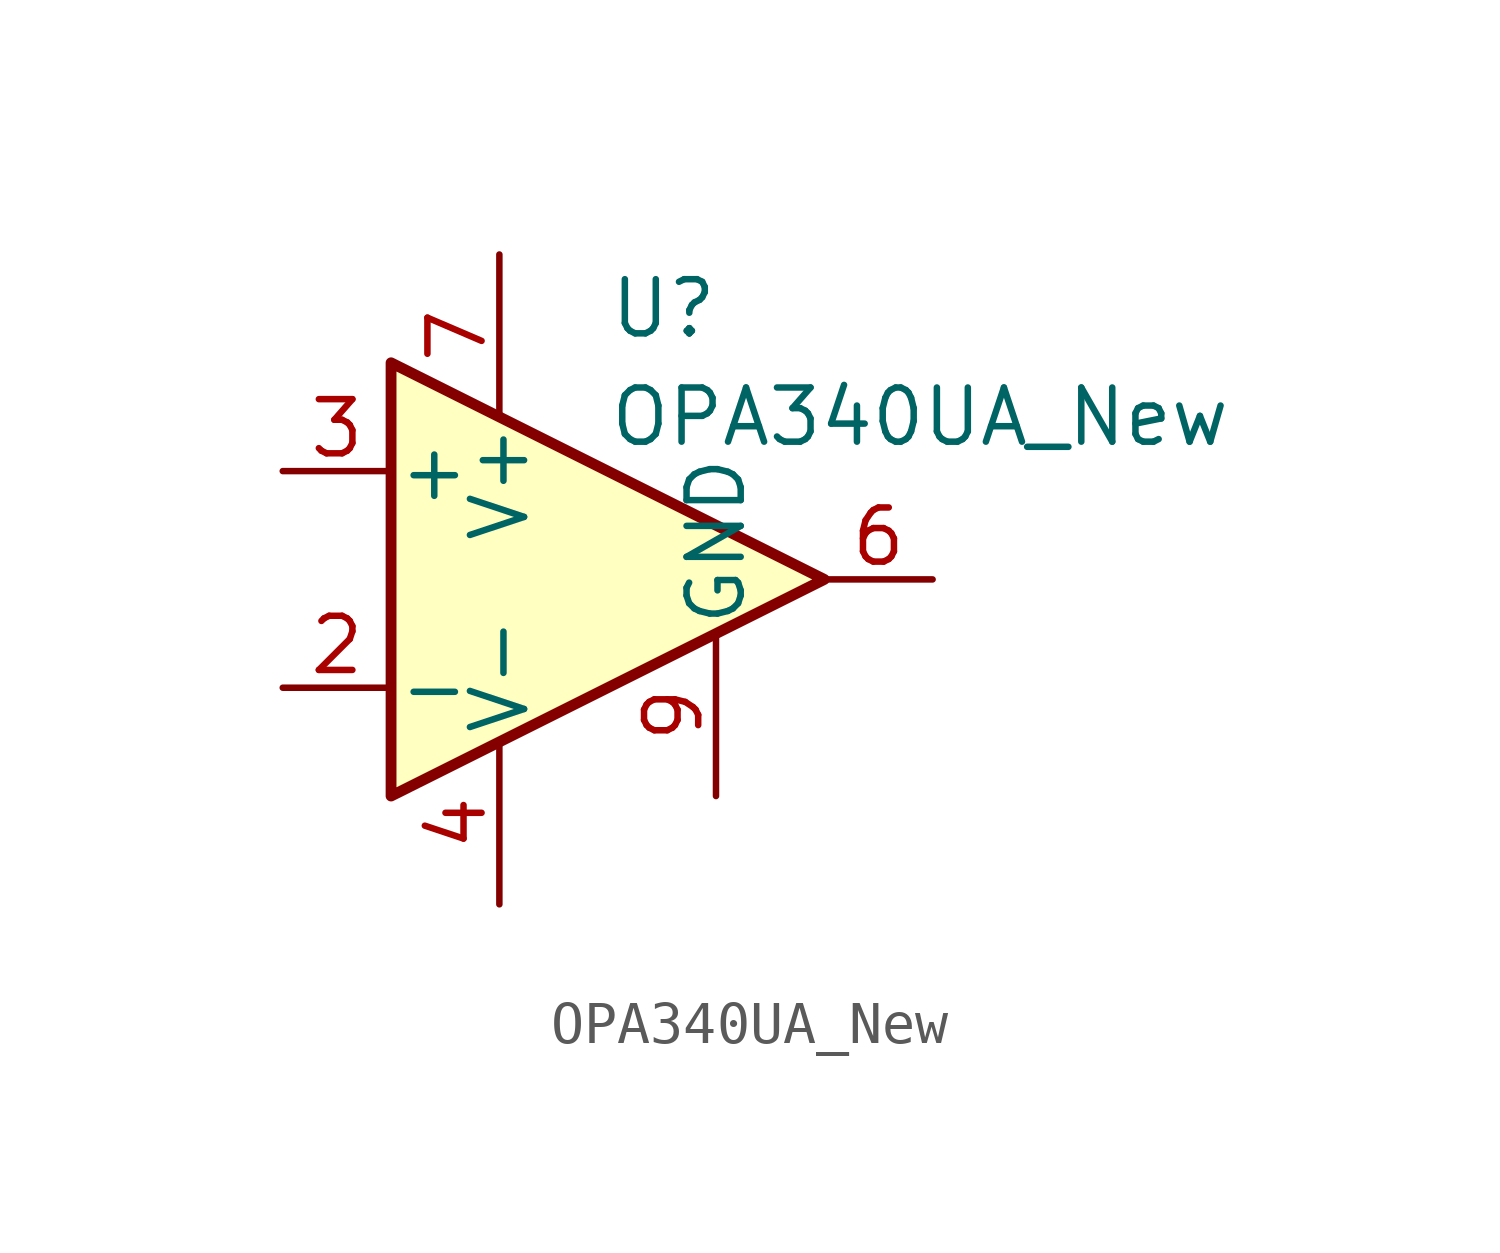
<source format=kicad_sym>
(kicad_symbol_lib
  (version 20211014)
  (generator kicad_symbol_editor)
  (symbol "OPA340UA_New"
    (pin_names
      (offset 0.127))
    (property "Reference" "U"
      (at 0 6.35 0)
      (effects (font (size 1.27 1.27)) (justify left)))
    (property "Value" "OPA340UA_New"
      (at 0 3.81 0)
      (effects (font (size 1.27 1.27)) (justify left)))
    (symbol "OPA340UA_New_0_1"
      (polyline (pts (xy -5.08 5.08) (xy 5.08 0) (xy -5.08 -5.08) (xy -5.08 5.08)) (stroke (width 0.254) (type default) (color 0 0 0 0)) (fill (type background))))
    (symbol "OPA340UA_New_1_1"
      (pin no_connect line (at -2.54 2.54 270) (length 2.54) hide (name "NC" (effects (font (size 1.27 1.27)))) (number "1" (effects (font (size 1.27 1.27)))))
      (pin input line (at -7.62 -2.54 0) (length 2.54) (name "-" (effects (font (size 1.27 1.27)))) (number "2" (effects (font (size 1.27 1.27)))))
      (pin input line (at -7.62 2.54 0) (length 2.54) (name "+" (effects (font (size 1.27 1.27)))) (number "3" (effects (font (size 1.27 1.27)))))
      (pin power_in line (at -2.54 -7.62 90) (length 3.81) (name "V-" (effects (font (size 1.27 1.27)))) (number "4" (effects (font (size 1.27 1.27)))))
      (pin no_connect line (at 0 2.54 270) (length 2.54) hide (name "NC" (effects (font (size 1.27 1.27)))) (number "5" (effects (font (size 1.27 1.27)))))
      (pin output line (at 7.62 0 180) (length 2.54) (name "~" (effects (font (size 1.27 1.27)))) (number "6" (effects (font (size 1.27 1.27)))))
      (pin power_in line (at -2.54 7.62 270) (length 3.81) (name "V+" (effects (font (size 1.27 1.27)))) (number "7" (effects (font (size 1.27 1.27)))))
      (pin no_connect line (at 0 -2.54 90) (length 2.54) hide (name "NC" (effects (font (size 1.27 1.27)))) (number "8" (effects (font (size 1.27 1.27)))))
      (pin free line (at 2.54 -5.08 90) (length 3.81) (name "GND" (effects (font (size 1.27 1.27)))) (number "9" (effects (font (size 1.27 1.27))))))))
</source>
